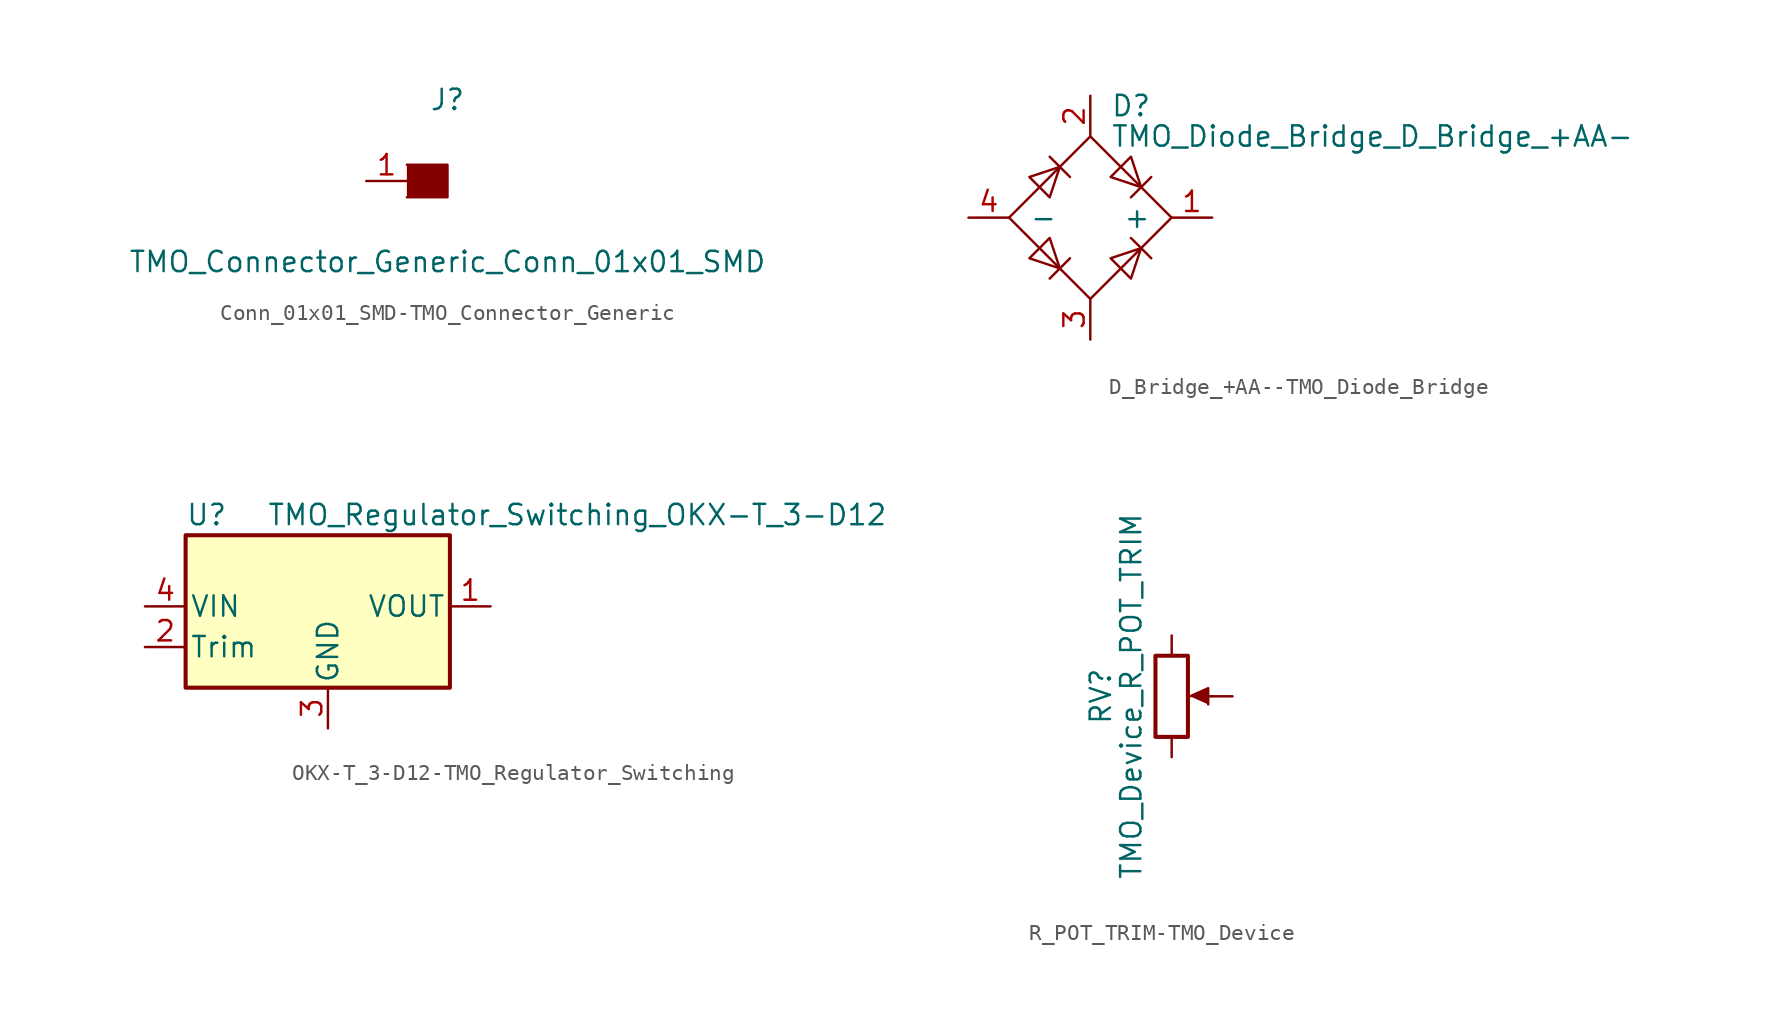
<source format=kicad_sym>
(kicad_symbol_lib
  (version 20220914)
  (generator kicad_symbol_editor)
  (symbol "Conn_01x01_SMD-TMO_Connector_Generic"
    (pin_names
      (offset 1.016) hide)
    (property "Reference" "J"
      (at 1.27 5.08 0)
      (effects (font (size 1.27 1.27))))
    (property "Value" "TMO_Connector_Generic_Conn_01x01_SMD"
      (at 1.27 -5.055 0)
      (effects (font (size 1.27 1.27))))
    (symbol "Conn_01x01_SMD-TMO_Connector_Generic_0_1"
      (polyline (pts (xy -1.27 1.016) (xy 1.27 1.016) (xy 1.27 -1.016) (xy -1.27 -1.016)) (stroke (width 0) (type solid)) (fill (type outline))))
    (symbol "Conn_01x01_SMD-TMO_Connector_Generic_1_1"
      (pin passive line (at -3.81 0 0) (length 2.54) (name "G1" (effects (font (size 1.27 1.27)))) (number "1" (effects (font (size 1.27 1.27)))))))
  (symbol "D_Bridge_+AA--TMO_Diode_Bridge"
    (pin_names
      (offset 1.27))
    (property "Reference" "D"
      (at 1.27 6.985 0)
      (effects (font (size 1.27 1.27)) (justify left)))
    (property "Value" "TMO_Diode_Bridge_D_Bridge_+AA-"
      (at 1.27 5.08 0)
      (effects (font (size 1.27 1.27)) (justify left)))
    (symbol "D_Bridge_+AA--TMO_Diode_Bridge_0_1"
      (polyline (pts (xy -2.54 3.81) (xy -1.27 2.54)) (stroke (width 0) (type solid)) (fill (type none)))
      (polyline (pts (xy -1.27 -2.54) (xy -2.54 -3.81)) (stroke (width 0) (type solid)) (fill (type none)))
      (polyline (pts (xy 2.54 -1.27) (xy 3.81 -2.54)) (stroke (width 0) (type solid)) (fill (type none)))
      (polyline (pts (xy 2.54 1.27) (xy 3.81 2.54)) (stroke (width 0) (type solid)) (fill (type none)))
      (polyline (pts (xy -3.81 2.54) (xy -2.54 1.27) (xy -1.905 3.175) (xy -3.81 2.54)) (stroke (width 0) (type solid)) (fill (type none)))
      (polyline (pts (xy -2.54 -1.27) (xy -3.81 -2.54) (xy -1.905 -3.175) (xy -2.54 -1.27)) (stroke (width 0) (type solid)) (fill (type none)))
      (polyline (pts (xy 1.27 2.54) (xy 2.54 3.81) (xy 3.175 1.905) (xy 1.27 2.54)) (stroke (width 0) (type solid)) (fill (type none)))
      (polyline (pts (xy 3.175 -1.905) (xy 1.27 -2.54) (xy 2.54 -3.81) (xy 3.175 -1.905)) (stroke (width 0) (type solid)) (fill (type none)))
      (polyline (pts (xy -5.08 0) (xy 0 -5.08) (xy 5.08 0) (xy 0 5.08) (xy -5.08 0)) (stroke (width 0) (type solid)) (fill (type none))))
    (symbol "D_Bridge_+AA--TMO_Diode_Bridge_1_1"
      (pin input line (at 7.62 0 180) (length 2.54) (name "+" (effects (font (size 1.27 1.27)))) (number "1" (effects (font (size 1.27 1.27)))))
      (pin input line (at 0 7.62 270) (length 2.54) (name "~" (effects (font (size 1.27 1.27)))) (number "2" (effects (font (size 1.27 1.27)))))
      (pin input line (at 0 -7.62 90) (length 2.54) (name "~" (effects (font (size 1.27 1.27)))) (number "3" (effects (font (size 1.27 1.27)))))
      (pin input line (at -7.62 0 0) (length 2.54) (name "-" (effects (font (size 1.27 1.27)))) (number "4" (effects (font (size 1.27 1.27)))))))
  (symbol "OKX-T_3-D12-TMO_Regulator_Switching"
    (pin_names
      (offset 0.254))
    (property "Reference" "U"
      (at -5.08 5.715 0)
      (effects (font (size 1.27 1.27)) (justify left)))
    (property "Value" "TMO_Regulator_Switching_OKX-T_3-D12"
      (at 0 5.715 0)
      (effects (font (size 1.27 1.27)) (justify left)))
    (symbol "OKX-T_3-D12-TMO_Regulator_Switching_0_1"
      (rectangle (start -5.08 4.445) (end 11.43 -5.08) (stroke (width 0.254) (type solid)) (fill (type background))))
    (symbol "OKX-T_3-D12-TMO_Regulator_Switching_1_1"
      (pin power_out line (at 13.97 0 180) (length 2.54) (name "VOUT" (effects (font (size 1.27 1.27)))) (number "1" (effects (font (size 1.27 1.27)))))
      (pin input line (at -7.62 -2.54 0) (length 2.54) (name "Trim" (effects (font (size 1.27 1.27)))) (number "2" (effects (font (size 1.27 1.27)))))
      (pin power_in line (at 3.81 -7.62 90) (length 2.54) (name "GND" (effects (font (size 1.27 1.27)))) (number "3" (effects (font (size 1.27 1.27)))))
      (pin power_in line (at -7.62 0 0) (length 2.54) (name "VIN" (effects (font (size 1.27 1.27)))) (number "4" (effects (font (size 1.27 1.27)))))
      (pin no_connect line (at -7.62 2.54 0) (length 2.54) hide (name "Remote_ON/OFF" (effects (font (size 1.27 1.27)))) (number "5" (effects (font (size 1.27 1.27)))))))
  (symbol "R_POT_TRIM-TMO_Device"
    (pin_numbers hide)
    (pin_names
      (offset 1.016) hide)
    (property "Reference" "RV"
      (at -4.445 0 90)
      (effects (font (size 1.27 1.27))))
    (property "Value" "TMO_Device_R_POT_TRIM"
      (at -2.54 0 90)
      (effects (font (size 1.27 1.27))))
    (symbol "R_POT_TRIM-TMO_Device_0_1"
      (polyline (pts (xy 2.54 0) (xy 1.524 0)) (stroke (width 0) (type solid)) (fill (type none)))
      (polyline (pts (xy 1.143 0) (xy 2.286 0.508) (xy 2.286 -0.508)) (stroke (width 0) (type solid)) (fill (type outline)))
      (rectangle (start 1.016 2.54) (end -1.016 -2.54) (stroke (width 0.254) (type solid)) (fill (type none))))
    (symbol "R_POT_TRIM-TMO_Device_1_1"
      (pin passive line (at 0 3.81 270) (length 1.27) (name "1" (effects (font (size 1.27 1.27)))) (number "1" (effects (font (size 1.27 1.27)))))
      (pin passive line (at 3.81 0 180) (length 1.27) (name "2" (effects (font (size 1.27 1.27)))) (number "2" (effects (font (size 1.27 1.27)))))
      (pin passive line (at 0 -3.81 90) (length 1.27) (name "3" (effects (font (size 1.27 1.27)))) (number "3" (effects (font (size 1.27 1.27))))))))
</source>
